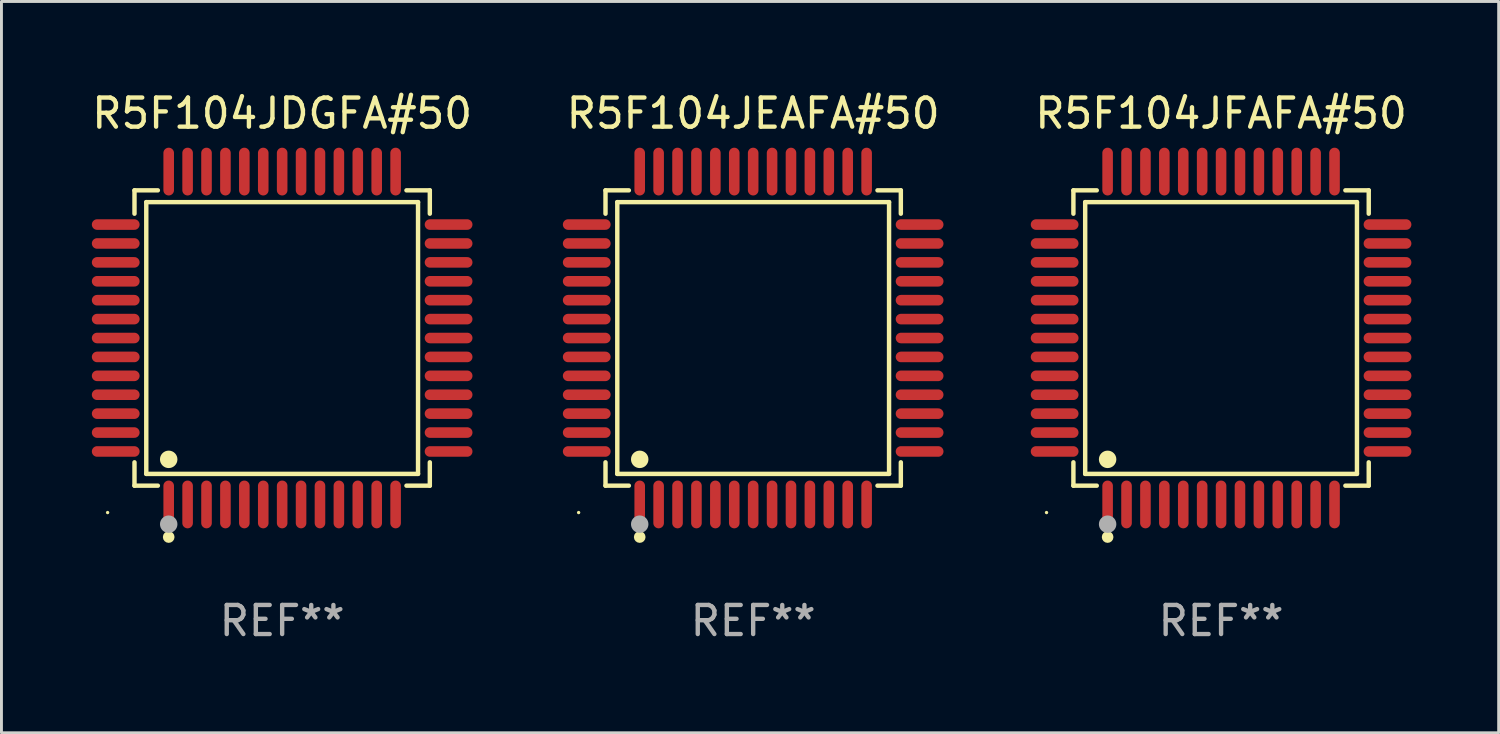
<source format=kicad_pcb>
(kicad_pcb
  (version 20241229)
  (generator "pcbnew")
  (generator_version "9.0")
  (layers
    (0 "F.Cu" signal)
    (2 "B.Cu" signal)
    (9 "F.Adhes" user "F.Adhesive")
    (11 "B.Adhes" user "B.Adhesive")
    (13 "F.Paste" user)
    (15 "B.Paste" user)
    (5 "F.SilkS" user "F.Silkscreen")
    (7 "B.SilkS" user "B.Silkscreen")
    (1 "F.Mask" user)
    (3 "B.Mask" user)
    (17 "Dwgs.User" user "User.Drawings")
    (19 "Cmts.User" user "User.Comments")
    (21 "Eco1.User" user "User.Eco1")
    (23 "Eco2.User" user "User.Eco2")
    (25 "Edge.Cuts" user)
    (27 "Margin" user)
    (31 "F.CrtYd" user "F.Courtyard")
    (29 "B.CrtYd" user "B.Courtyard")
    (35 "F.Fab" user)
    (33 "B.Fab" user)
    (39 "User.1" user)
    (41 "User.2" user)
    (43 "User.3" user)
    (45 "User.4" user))
  (footprint "R5F104JEAFA#50"
    (layer "F.Cu")
    (at 22.84 8.569)
    (property "Reference" "R5F104JEAFA#50" (at 0 -7.721 0) (layer "F.SilkS") (effects (font (size 1 1) (thickness 0.15))))
    (attr through_hole)
    (fp_line (start -5.076 -5.076) (end -4.273 -5.076) (stroke (width 0.152) (type solid)) (layer "F.SilkS"))
    (fp_line (start -5.076 -4.273) (end -5.076 -5.076) (stroke (width 0.152) (type solid)) (layer "F.SilkS"))
    (fp_line (start -5.076 4.273) (end -5.076 5.076) (stroke (width 0.152) (type solid)) (layer "F.SilkS"))
    (fp_line (start -5.076 5.076) (end -4.273 5.076) (stroke (width 0.152) (type solid)) (layer "F.SilkS"))
    (fp_line (start -4.671 -4.671) (end 4.671 -4.671) (stroke (width 0.152) (type solid)) (layer "F.SilkS"))
    (fp_line (start -4.671 4.671) (end -4.671 -4.671) (stroke (width 0.152) (type solid)) (layer "F.SilkS"))
    (fp_line (start 4.671 -4.671) (end 4.671 4.671) (stroke (width 0.152) (type solid)) (layer "F.SilkS"))
    (fp_line (start 4.671 4.671) (end -4.671 4.671) (stroke (width 0.152) (type solid)) (layer "F.SilkS"))
    (fp_line (start 5.076 -5.076) (end 4.273 -5.076) (stroke (width 0.152) (type solid)) (layer "F.SilkS"))
    (fp_line (start 5.076 -4.273) (end 5.076 -5.076) (stroke (width 0.152) (type solid)) (layer "F.SilkS"))
    (fp_line (start 5.076 4.273) (end 5.076 5.076) (stroke (width 0.152) (type solid)) (layer "F.SilkS"))
    (fp_line (start 5.076 5.076) (end 4.273 5.076) (stroke (width 0.152) (type solid)) (layer "F.SilkS"))
    (fp_circle (center -6 6) (end -5.97 6) (stroke (width 0.06) (type solid)) (fill no) (layer "F.SilkS"))
    (fp_circle (center -3.9 4.171) (end -3.75 4.171) (stroke (width 0.3) (type solid)) (fill no) (layer "F.SilkS"))
    (fp_circle (center -3.9 6.842) (end -3.8 6.842) (stroke (width 0.2) (type solid)) (fill no) (layer "F.SilkS"))
    (fp_circle (center -3.9 6.4) (end -3.75 6.4) (stroke (width 0.3) (type solid)) (fill no) (layer "F.Fab"))
    (fp_text user "REF**" (at 0 9.721 0) (layer "F.Fab") (effects (font (size 1 1) (thickness 0.15))))
    (pad "1" smd oval (at -3.9 5.721) (size 0.364 1.642) (layers "F.Cu" "F.Mask" "F.Paste"))
    (pad "2" smd oval (at -3.25 5.721) (size 0.364 1.642) (layers "F.Cu" "F.Mask" "F.Paste"))
    (pad "3" smd oval (at -2.6 5.721) (size 0.364 1.642) (layers "F.Cu" "F.Mask" "F.Paste"))
    (pad "4" smd oval (at -1.95 5.721) (size 0.364 1.642) (layers "F.Cu" "F.Mask" "F.Paste"))
    (pad "5" smd oval (at -1.3 5.721) (size 0.364 1.642) (layers "F.Cu" "F.Mask" "F.Paste"))
    (pad "6" smd oval (at -0.65 5.721) (size 0.364 1.642) (layers "F.Cu" "F.Mask" "F.Paste"))
    (pad "7" smd oval (at 0 5.721) (size 0.364 1.642) (layers "F.Cu" "F.Mask" "F.Paste"))
    (pad "8" smd oval (at 0.65 5.721) (size 0.364 1.642) (layers "F.Cu" "F.Mask" "F.Paste"))
    (pad "9" smd oval (at 1.3 5.721) (size 0.364 1.642) (layers "F.Cu" "F.Mask" "F.Paste"))
    (pad "10" smd oval (at 1.95 5.721) (size 0.364 1.642) (layers "F.Cu" "F.Mask" "F.Paste"))
    (pad "11" smd oval (at 2.6 5.721) (size 0.364 1.642) (layers "F.Cu" "F.Mask" "F.Paste"))
    (pad "12" smd oval (at 3.25 5.721) (size 0.364 1.642) (layers "F.Cu" "F.Mask" "F.Paste"))
    (pad "13" smd oval (at 3.9 5.721) (size 0.364 1.642) (layers "F.Cu" "F.Mask" "F.Paste"))
    (pad "14" smd oval (at 5.721 3.9) (size 1.642 0.364) (layers "F.Cu" "F.Mask" "F.Paste"))
    (pad "15" smd oval (at 5.721 3.25) (size 1.642 0.364) (layers "F.Cu" "F.Mask" "F.Paste"))
    (pad "16" smd oval (at 5.721 2.6) (size 1.642 0.364) (layers "F.Cu" "F.Mask" "F.Paste"))
    (pad "17" smd oval (at 5.721 1.95) (size 1.642 0.364) (layers "F.Cu" "F.Mask" "F.Paste"))
    (pad "18" smd oval (at 5.721 1.3) (size 1.642 0.364) (layers "F.Cu" "F.Mask" "F.Paste"))
    (pad "19" smd oval (at 5.721 0.65) (size 1.642 0.364) (layers "F.Cu" "F.Mask" "F.Paste"))
    (pad "20" smd oval (at 5.721 0) (size 1.642 0.364) (layers "F.Cu" "F.Mask" "F.Paste"))
    (pad "21" smd oval (at 5.721 -0.65) (size 1.642 0.364) (layers "F.Cu" "F.Mask" "F.Paste"))
    (pad "22" smd oval (at 5.721 -1.3) (size 1.642 0.364) (layers "F.Cu" "F.Mask" "F.Paste"))
    (pad "23" smd oval (at 5.721 -1.95) (size 1.642 0.364) (layers "F.Cu" "F.Mask" "F.Paste"))
    (pad "24" smd oval (at 5.721 -2.6) (size 1.642 0.364) (layers "F.Cu" "F.Mask" "F.Paste"))
    (pad "25" smd oval (at 5.721 -3.25) (size 1.642 0.364) (layers "F.Cu" "F.Mask" "F.Paste"))
    (pad "26" smd oval (at 5.721 -3.9) (size 1.642 0.364) (layers "F.Cu" "F.Mask" "F.Paste"))
    (pad "27" smd oval (at 3.9 -5.721) (size 0.364 1.642) (layers "F.Cu" "F.Mask" "F.Paste"))
    (pad "28" smd oval (at 3.25 -5.721) (size 0.364 1.642) (layers "F.Cu" "F.Mask" "F.Paste"))
    (pad "29" smd oval (at 2.6 -5.721) (size 0.364 1.642) (layers "F.Cu" "F.Mask" "F.Paste"))
    (pad "30" smd oval (at 1.95 -5.721) (size 0.364 1.642) (layers "F.Cu" "F.Mask" "F.Paste"))
    (pad "31" smd oval (at 1.3 -5.721) (size 0.364 1.642) (layers "F.Cu" "F.Mask" "F.Paste"))
    (pad "32" smd oval (at 0.65 -5.721) (size 0.364 1.642) (layers "F.Cu" "F.Mask" "F.Paste"))
    (pad "33" smd oval (at 0 -5.721) (size 0.364 1.642) (layers "F.Cu" "F.Mask" "F.Paste"))
    (pad "34" smd oval (at -0.65 -5.721) (size 0.364 1.642) (layers "F.Cu" "F.Mask" "F.Paste"))
    (pad "35" smd oval (at -1.3 -5.721) (size 0.364 1.642) (layers "F.Cu" "F.Mask" "F.Paste"))
    (pad "36" smd oval (at -1.95 -5.721) (size 0.364 1.642) (layers "F.Cu" "F.Mask" "F.Paste"))
    (pad "37" smd oval (at -2.6 -5.721) (size 0.364 1.642) (layers "F.Cu" "F.Mask" "F.Paste"))
    (pad "38" smd oval (at -3.25 -5.721) (size 0.364 1.642) (layers "F.Cu" "F.Mask" "F.Paste"))
    (pad "39" smd oval (at -3.9 -5.721) (size 0.364 1.642) (layers "F.Cu" "F.Mask" "F.Paste"))
    (pad "40" smd oval (at -5.721 -3.9) (size 1.642 0.364) (layers "F.Cu" "F.Mask" "F.Paste"))
    (pad "41" smd oval (at -5.721 -3.25) (size 1.642 0.364) (layers "F.Cu" "F.Mask" "F.Paste"))
    (pad "42" smd oval (at -5.721 -2.6) (size 1.642 0.364) (layers "F.Cu" "F.Mask" "F.Paste"))
    (pad "43" smd oval (at -5.721 -1.95) (size 1.642 0.364) (layers "F.Cu" "F.Mask" "F.Paste"))
    (pad "44" smd oval (at -5.721 -1.3) (size 1.642 0.364) (layers "F.Cu" "F.Mask" "F.Paste"))
    (pad "45" smd oval (at -5.721 -0.65) (size 1.642 0.364) (layers "F.Cu" "F.Mask" "F.Paste"))
    (pad "46" smd oval (at -5.721 0) (size 1.642 0.364) (layers "F.Cu" "F.Mask" "F.Paste"))
    (pad "47" smd oval (at -5.721 0.65) (size 1.642 0.364) (layers "F.Cu" "F.Mask" "F.Paste"))
    (pad "48" smd oval (at -5.721 1.3) (size 1.642 0.364) (layers "F.Cu" "F.Mask" "F.Paste"))
    (pad "49" smd oval (at -5.721 1.95) (size 1.642 0.364) (layers "F.Cu" "F.Mask" "F.Paste"))
    (pad "50" smd oval (at -5.721 2.6) (size 1.642 0.364) (layers "F.Cu" "F.Mask" "F.Paste"))
    (pad "51" smd oval (at -5.721 3.25) (size 1.642 0.364) (layers "F.Cu" "F.Mask" "F.Paste"))
    (pad "52" smd oval (at -5.721 3.9) (size 1.642 0.364) (layers "F.Cu" "F.Mask" "F.Paste")))
  (footprint "R5F104JFAFA#50"
    (layer "F.Cu")
    (at 38.924 8.569)
    (property "Reference" "R5F104JFAFA#50" (at 0 -7.721 0) (layer "F.SilkS") (effects (font (size 1 1) (thickness 0.15))))
    (attr through_hole)
    (fp_line (start -5.076 -5.076) (end -4.273 -5.076) (stroke (width 0.152) (type solid)) (layer "F.SilkS"))
    (fp_line (start -5.076 -4.273) (end -5.076 -5.076) (stroke (width 0.152) (type solid)) (layer "F.SilkS"))
    (fp_line (start -5.076 4.273) (end -5.076 5.076) (stroke (width 0.152) (type solid)) (layer "F.SilkS"))
    (fp_line (start -5.076 5.076) (end -4.273 5.076) (stroke (width 0.152) (type solid)) (layer "F.SilkS"))
    (fp_line (start -4.671 -4.671) (end 4.671 -4.671) (stroke (width 0.152) (type solid)) (layer "F.SilkS"))
    (fp_line (start -4.671 4.671) (end -4.671 -4.671) (stroke (width 0.152) (type solid)) (layer "F.SilkS"))
    (fp_line (start 4.671 -4.671) (end 4.671 4.671) (stroke (width 0.152) (type solid)) (layer "F.SilkS"))
    (fp_line (start 4.671 4.671) (end -4.671 4.671) (stroke (width 0.152) (type solid)) (layer "F.SilkS"))
    (fp_line (start 5.076 -5.076) (end 4.273 -5.076) (stroke (width 0.152) (type solid)) (layer "F.SilkS"))
    (fp_line (start 5.076 -4.273) (end 5.076 -5.076) (stroke (width 0.152) (type solid)) (layer "F.SilkS"))
    (fp_line (start 5.076 4.273) (end 5.076 5.076) (stroke (width 0.152) (type solid)) (layer "F.SilkS"))
    (fp_line (start 5.076 5.076) (end 4.273 5.076) (stroke (width 0.152) (type solid)) (layer "F.SilkS"))
    (fp_circle (center -6 6) (end -5.97 6) (stroke (width 0.06) (type solid)) (fill no) (layer "F.SilkS"))
    (fp_circle (center -3.9 4.171) (end -3.75 4.171) (stroke (width 0.3) (type solid)) (fill no) (layer "F.SilkS"))
    (fp_circle (center -3.9 6.842) (end -3.8 6.842) (stroke (width 0.2) (type solid)) (fill no) (layer "F.SilkS"))
    (fp_circle (center -3.9 6.4) (end -3.75 6.4) (stroke (width 0.3) (type solid)) (fill no) (layer "F.Fab"))
    (fp_text user "REF**" (at 0 9.721 0) (layer "F.Fab") (effects (font (size 1 1) (thickness 0.15))))
    (pad "1" smd oval (at -3.9 5.721) (size 0.364 1.642) (layers "F.Cu" "F.Mask" "F.Paste"))
    (pad "2" smd oval (at -3.25 5.721) (size 0.364 1.642) (layers "F.Cu" "F.Mask" "F.Paste"))
    (pad "3" smd oval (at -2.6 5.721) (size 0.364 1.642) (layers "F.Cu" "F.Mask" "F.Paste"))
    (pad "4" smd oval (at -1.95 5.721) (size 0.364 1.642) (layers "F.Cu" "F.Mask" "F.Paste"))
    (pad "5" smd oval (at -1.3 5.721) (size 0.364 1.642) (layers "F.Cu" "F.Mask" "F.Paste"))
    (pad "6" smd oval (at -0.65 5.721) (size 0.364 1.642) (layers "F.Cu" "F.Mask" "F.Paste"))
    (pad "7" smd oval (at 0 5.721) (size 0.364 1.642) (layers "F.Cu" "F.Mask" "F.Paste"))
    (pad "8" smd oval (at 0.65 5.721) (size 0.364 1.642) (layers "F.Cu" "F.Mask" "F.Paste"))
    (pad "9" smd oval (at 1.3 5.721) (size 0.364 1.642) (layers "F.Cu" "F.Mask" "F.Paste"))
    (pad "10" smd oval (at 1.95 5.721) (size 0.364 1.642) (layers "F.Cu" "F.Mask" "F.Paste"))
    (pad "11" smd oval (at 2.6 5.721) (size 0.364 1.642) (layers "F.Cu" "F.Mask" "F.Paste"))
    (pad "12" smd oval (at 3.25 5.721) (size 0.364 1.642) (layers "F.Cu" "F.Mask" "F.Paste"))
    (pad "13" smd oval (at 3.9 5.721) (size 0.364 1.642) (layers "F.Cu" "F.Mask" "F.Paste"))
    (pad "14" smd oval (at 5.721 3.9) (size 1.642 0.364) (layers "F.Cu" "F.Mask" "F.Paste"))
    (pad "15" smd oval (at 5.721 3.25) (size 1.642 0.364) (layers "F.Cu" "F.Mask" "F.Paste"))
    (pad "16" smd oval (at 5.721 2.6) (size 1.642 0.364) (layers "F.Cu" "F.Mask" "F.Paste"))
    (pad "17" smd oval (at 5.721 1.95) (size 1.642 0.364) (layers "F.Cu" "F.Mask" "F.Paste"))
    (pad "18" smd oval (at 5.721 1.3) (size 1.642 0.364) (layers "F.Cu" "F.Mask" "F.Paste"))
    (pad "19" smd oval (at 5.721 0.65) (size 1.642 0.364) (layers "F.Cu" "F.Mask" "F.Paste"))
    (pad "20" smd oval (at 5.721 0) (size 1.642 0.364) (layers "F.Cu" "F.Mask" "F.Paste"))
    (pad "21" smd oval (at 5.721 -0.65) (size 1.642 0.364) (layers "F.Cu" "F.Mask" "F.Paste"))
    (pad "22" smd oval (at 5.721 -1.3) (size 1.642 0.364) (layers "F.Cu" "F.Mask" "F.Paste"))
    (pad "23" smd oval (at 5.721 -1.95) (size 1.642 0.364) (layers "F.Cu" "F.Mask" "F.Paste"))
    (pad "24" smd oval (at 5.721 -2.6) (size 1.642 0.364) (layers "F.Cu" "F.Mask" "F.Paste"))
    (pad "25" smd oval (at 5.721 -3.25) (size 1.642 0.364) (layers "F.Cu" "F.Mask" "F.Paste"))
    (pad "26" smd oval (at 5.721 -3.9) (size 1.642 0.364) (layers "F.Cu" "F.Mask" "F.Paste"))
    (pad "27" smd oval (at 3.9 -5.721) (size 0.364 1.642) (layers "F.Cu" "F.Mask" "F.Paste"))
    (pad "28" smd oval (at 3.25 -5.721) (size 0.364 1.642) (layers "F.Cu" "F.Mask" "F.Paste"))
    (pad "29" smd oval (at 2.6 -5.721) (size 0.364 1.642) (layers "F.Cu" "F.Mask" "F.Paste"))
    (pad "30" smd oval (at 1.95 -5.721) (size 0.364 1.642) (layers "F.Cu" "F.Mask" "F.Paste"))
    (pad "31" smd oval (at 1.3 -5.721) (size 0.364 1.642) (layers "F.Cu" "F.Mask" "F.Paste"))
    (pad "32" smd oval (at 0.65 -5.721) (size 0.364 1.642) (layers "F.Cu" "F.Mask" "F.Paste"))
    (pad "33" smd oval (at 0 -5.721) (size 0.364 1.642) (layers "F.Cu" "F.Mask" "F.Paste"))
    (pad "34" smd oval (at -0.65 -5.721) (size 0.364 1.642) (layers "F.Cu" "F.Mask" "F.Paste"))
    (pad "35" smd oval (at -1.3 -5.721) (size 0.364 1.642) (layers "F.Cu" "F.Mask" "F.Paste"))
    (pad "36" smd oval (at -1.95 -5.721) (size 0.364 1.642) (layers "F.Cu" "F.Mask" "F.Paste"))
    (pad "37" smd oval (at -2.6 -5.721) (size 0.364 1.642) (layers "F.Cu" "F.Mask" "F.Paste"))
    (pad "38" smd oval (at -3.25 -5.721) (size 0.364 1.642) (layers "F.Cu" "F.Mask" "F.Paste"))
    (pad "39" smd oval (at -3.9 -5.721) (size 0.364 1.642) (layers "F.Cu" "F.Mask" "F.Paste"))
    (pad "40" smd oval (at -5.721 -3.9) (size 1.642 0.364) (layers "F.Cu" "F.Mask" "F.Paste"))
    (pad "41" smd oval (at -5.721 -3.25) (size 1.642 0.364) (layers "F.Cu" "F.Mask" "F.Paste"))
    (pad "42" smd oval (at -5.721 -2.6) (size 1.642 0.364) (layers "F.Cu" "F.Mask" "F.Paste"))
    (pad "43" smd oval (at -5.721 -1.95) (size 1.642 0.364) (layers "F.Cu" "F.Mask" "F.Paste"))
    (pad "44" smd oval (at -5.721 -1.3) (size 1.642 0.364) (layers "F.Cu" "F.Mask" "F.Paste"))
    (pad "45" smd oval (at -5.721 -0.65) (size 1.642 0.364) (layers "F.Cu" "F.Mask" "F.Paste"))
    (pad "46" smd oval (at -5.721 0) (size 1.642 0.364) (layers "F.Cu" "F.Mask" "F.Paste"))
    (pad "47" smd oval (at -5.721 0.65) (size 1.642 0.364) (layers "F.Cu" "F.Mask" "F.Paste"))
    (pad "48" smd oval (at -5.721 1.3) (size 1.642 0.364) (layers "F.Cu" "F.Mask" "F.Paste"))
    (pad "49" smd oval (at -5.721 1.95) (size 1.642 0.364) (layers "F.Cu" "F.Mask" "F.Paste"))
    (pad "50" smd oval (at -5.721 2.6) (size 1.642 0.364) (layers "F.Cu" "F.Mask" "F.Paste"))
    (pad "51" smd oval (at -5.721 3.25) (size 1.642 0.364) (layers "F.Cu" "F.Mask" "F.Paste"))
    (pad "52" smd oval (at -5.721 3.9) (size 1.642 0.364) (layers "F.Cu" "F.Mask" "F.Paste")))
  (footprint "R5F104JDGFA#50"
    (layer "F.Cu")
    (at 6.649 8.569)
    (property "Reference" "R5F104JDGFA#50" (at 0 -7.721 0) (layer "F.SilkS") (effects (font (size 1 1) (thickness 0.15))))
    (attr through_hole)
    (fp_line (start -5.076 -5.076) (end -4.273 -5.076) (stroke (width 0.152) (type solid)) (layer "F.SilkS"))
    (fp_line (start -5.076 -4.273) (end -5.076 -5.076) (stroke (width 0.152) (type solid)) (layer "F.SilkS"))
    (fp_line (start -5.076 4.273) (end -5.076 5.076) (stroke (width 0.152) (type solid)) (layer "F.SilkS"))
    (fp_line (start -5.076 5.076) (end -4.273 5.076) (stroke (width 0.152) (type solid)) (layer "F.SilkS"))
    (fp_line (start -4.671 -4.671) (end 4.671 -4.671) (stroke (width 0.152) (type solid)) (layer "F.SilkS"))
    (fp_line (start -4.671 4.671) (end -4.671 -4.671) (stroke (width 0.152) (type solid)) (layer "F.SilkS"))
    (fp_line (start 4.671 -4.671) (end 4.671 4.671) (stroke (width 0.152) (type solid)) (layer "F.SilkS"))
    (fp_line (start 4.671 4.671) (end -4.671 4.671) (stroke (width 0.152) (type solid)) (layer "F.SilkS"))
    (fp_line (start 5.076 -5.076) (end 4.273 -5.076) (stroke (width 0.152) (type solid)) (layer "F.SilkS"))
    (fp_line (start 5.076 -4.273) (end 5.076 -5.076) (stroke (width 0.152) (type solid)) (layer "F.SilkS"))
    (fp_line (start 5.076 4.273) (end 5.076 5.076) (stroke (width 0.152) (type solid)) (layer "F.SilkS"))
    (fp_line (start 5.076 5.076) (end 4.273 5.076) (stroke (width 0.152) (type solid)) (layer "F.SilkS"))
    (fp_circle (center -6 6) (end -5.97 6) (stroke (width 0.06) (type solid)) (fill no) (layer "F.SilkS"))
    (fp_circle (center -3.9 4.171) (end -3.75 4.171) (stroke (width 0.3) (type solid)) (fill no) (layer "F.SilkS"))
    (fp_circle (center -3.9 6.842) (end -3.8 6.842) (stroke (width 0.2) (type solid)) (fill no) (layer "F.SilkS"))
    (fp_circle (center -3.9 6.4) (end -3.75 6.4) (stroke (width 0.3) (type solid)) (fill no) (layer "F.Fab"))
    (fp_text user "REF**" (at 0 9.721 0) (layer "F.Fab") (effects (font (size 1 1) (thickness 0.15))))
    (pad "1" smd oval (at -3.9 5.721) (size 0.364 1.642) (layers "F.Cu" "F.Mask" "F.Paste"))
    (pad "2" smd oval (at -3.25 5.721) (size 0.364 1.642) (layers "F.Cu" "F.Mask" "F.Paste"))
    (pad "3" smd oval (at -2.6 5.721) (size 0.364 1.642) (layers "F.Cu" "F.Mask" "F.Paste"))
    (pad "4" smd oval (at -1.95 5.721) (size 0.364 1.642) (layers "F.Cu" "F.Mask" "F.Paste"))
    (pad "5" smd oval (at -1.3 5.721) (size 0.364 1.642) (layers "F.Cu" "F.Mask" "F.Paste"))
    (pad "6" smd oval (at -0.65 5.721) (size 0.364 1.642) (layers "F.Cu" "F.Mask" "F.Paste"))
    (pad "7" smd oval (at 0 5.721) (size 0.364 1.642) (layers "F.Cu" "F.Mask" "F.Paste"))
    (pad "8" smd oval (at 0.65 5.721) (size 0.364 1.642) (layers "F.Cu" "F.Mask" "F.Paste"))
    (pad "9" smd oval (at 1.3 5.721) (size 0.364 1.642) (layers "F.Cu" "F.Mask" "F.Paste"))
    (pad "10" smd oval (at 1.95 5.721) (size 0.364 1.642) (layers "F.Cu" "F.Mask" "F.Paste"))
    (pad "11" smd oval (at 2.6 5.721) (size 0.364 1.642) (layers "F.Cu" "F.Mask" "F.Paste"))
    (pad "12" smd oval (at 3.25 5.721) (size 0.364 1.642) (layers "F.Cu" "F.Mask" "F.Paste"))
    (pad "13" smd oval (at 3.9 5.721) (size 0.364 1.642) (layers "F.Cu" "F.Mask" "F.Paste"))
    (pad "14" smd oval (at 5.721 3.9) (size 1.642 0.364) (layers "F.Cu" "F.Mask" "F.Paste"))
    (pad "15" smd oval (at 5.721 3.25) (size 1.642 0.364) (layers "F.Cu" "F.Mask" "F.Paste"))
    (pad "16" smd oval (at 5.721 2.6) (size 1.642 0.364) (layers "F.Cu" "F.Mask" "F.Paste"))
    (pad "17" smd oval (at 5.721 1.95) (size 1.642 0.364) (layers "F.Cu" "F.Mask" "F.Paste"))
    (pad "18" smd oval (at 5.721 1.3) (size 1.642 0.364) (layers "F.Cu" "F.Mask" "F.Paste"))
    (pad "19" smd oval (at 5.721 0.65) (size 1.642 0.364) (layers "F.Cu" "F.Mask" "F.Paste"))
    (pad "20" smd oval (at 5.721 0) (size 1.642 0.364) (layers "F.Cu" "F.Mask" "F.Paste"))
    (pad "21" smd oval (at 5.721 -0.65) (size 1.642 0.364) (layers "F.Cu" "F.Mask" "F.Paste"))
    (pad "22" smd oval (at 5.721 -1.3) (size 1.642 0.364) (layers "F.Cu" "F.Mask" "F.Paste"))
    (pad "23" smd oval (at 5.721 -1.95) (size 1.642 0.364) (layers "F.Cu" "F.Mask" "F.Paste"))
    (pad "24" smd oval (at 5.721 -2.6) (size 1.642 0.364) (layers "F.Cu" "F.Mask" "F.Paste"))
    (pad "25" smd oval (at 5.721 -3.25) (size 1.642 0.364) (layers "F.Cu" "F.Mask" "F.Paste"))
    (pad "26" smd oval (at 5.721 -3.9) (size 1.642 0.364) (layers "F.Cu" "F.Mask" "F.Paste"))
    (pad "27" smd oval (at 3.9 -5.721) (size 0.364 1.642) (layers "F.Cu" "F.Mask" "F.Paste"))
    (pad "28" smd oval (at 3.25 -5.721) (size 0.364 1.642) (layers "F.Cu" "F.Mask" "F.Paste"))
    (pad "29" smd oval (at 2.6 -5.721) (size 0.364 1.642) (layers "F.Cu" "F.Mask" "F.Paste"))
    (pad "30" smd oval (at 1.95 -5.721) (size 0.364 1.642) (layers "F.Cu" "F.Mask" "F.Paste"))
    (pad "31" smd oval (at 1.3 -5.721) (size 0.364 1.642) (layers "F.Cu" "F.Mask" "F.Paste"))
    (pad "32" smd oval (at 0.65 -5.721) (size 0.364 1.642) (layers "F.Cu" "F.Mask" "F.Paste"))
    (pad "33" smd oval (at 0 -5.721) (size 0.364 1.642) (layers "F.Cu" "F.Mask" "F.Paste"))
    (pad "34" smd oval (at -0.65 -5.721) (size 0.364 1.642) (layers "F.Cu" "F.Mask" "F.Paste"))
    (pad "35" smd oval (at -1.3 -5.721) (size 0.364 1.642) (layers "F.Cu" "F.Mask" "F.Paste"))
    (pad "36" smd oval (at -1.95 -5.721) (size 0.364 1.642) (layers "F.Cu" "F.Mask" "F.Paste"))
    (pad "37" smd oval (at -2.6 -5.721) (size 0.364 1.642) (layers "F.Cu" "F.Mask" "F.Paste"))
    (pad "38" smd oval (at -3.25 -5.721) (size 0.364 1.642) (layers "F.Cu" "F.Mask" "F.Paste"))
    (pad "39" smd oval (at -3.9 -5.721) (size 0.364 1.642) (layers "F.Cu" "F.Mask" "F.Paste"))
    (pad "40" smd oval (at -5.721 -3.9) (size 1.642 0.364) (layers "F.Cu" "F.Mask" "F.Paste"))
    (pad "41" smd oval (at -5.721 -3.25) (size 1.642 0.364) (layers "F.Cu" "F.Mask" "F.Paste"))
    (pad "42" smd oval (at -5.721 -2.6) (size 1.642 0.364) (layers "F.Cu" "F.Mask" "F.Paste"))
    (pad "43" smd oval (at -5.721 -1.95) (size 1.642 0.364) (layers "F.Cu" "F.Mask" "F.Paste"))
    (pad "44" smd oval (at -5.721 -1.3) (size 1.642 0.364) (layers "F.Cu" "F.Mask" "F.Paste"))
    (pad "45" smd oval (at -5.721 -0.65) (size 1.642 0.364) (layers "F.Cu" "F.Mask" "F.Paste"))
    (pad "46" smd oval (at -5.721 0) (size 1.642 0.364) (layers "F.Cu" "F.Mask" "F.Paste"))
    (pad "47" smd oval (at -5.721 0.65) (size 1.642 0.364) (layers "F.Cu" "F.Mask" "F.Paste"))
    (pad "48" smd oval (at -5.721 1.3) (size 1.642 0.364) (layers "F.Cu" "F.Mask" "F.Paste"))
    (pad "49" smd oval (at -5.721 1.95) (size 1.642 0.364) (layers "F.Cu" "F.Mask" "F.Paste"))
    (pad "50" smd oval (at -5.721 2.6) (size 1.642 0.364) (layers "F.Cu" "F.Mask" "F.Paste"))
    (pad "51" smd oval (at -5.721 3.25) (size 1.642 0.364) (layers "F.Cu" "F.Mask" "F.Paste"))
    (pad "52" smd oval (at -5.721 3.9) (size 1.642 0.364) (layers "F.Cu" "F.Mask" "F.Paste")))
  (gr_rect
    (start -3 -3)
    (end 48.466 22.139)
    (stroke (width 0.1) (type default))
    (fill no)
    (layer "Edge.Cuts")))
</source>
